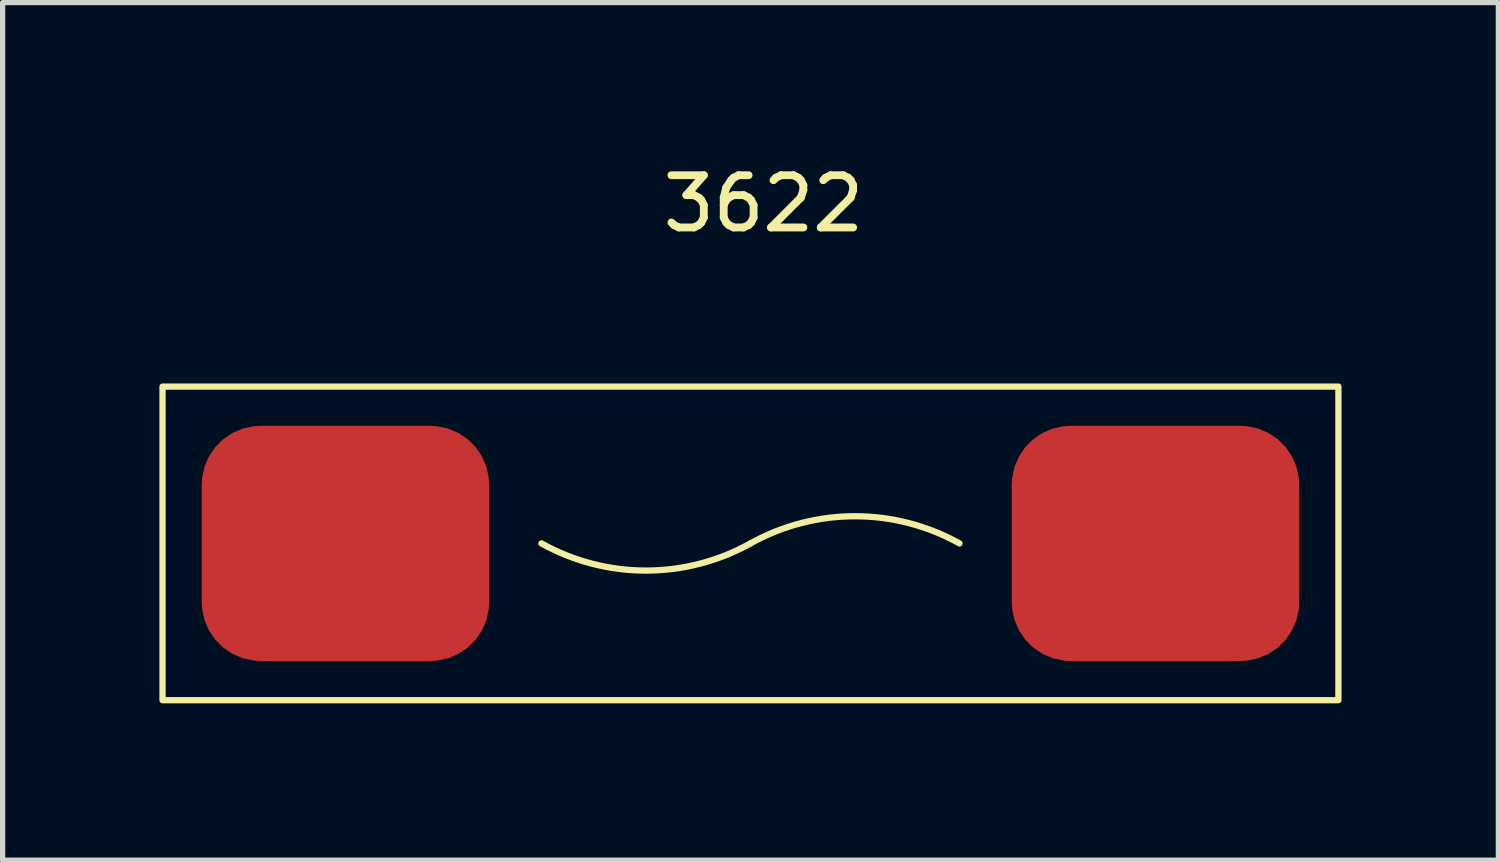
<source format=kicad_pcb>
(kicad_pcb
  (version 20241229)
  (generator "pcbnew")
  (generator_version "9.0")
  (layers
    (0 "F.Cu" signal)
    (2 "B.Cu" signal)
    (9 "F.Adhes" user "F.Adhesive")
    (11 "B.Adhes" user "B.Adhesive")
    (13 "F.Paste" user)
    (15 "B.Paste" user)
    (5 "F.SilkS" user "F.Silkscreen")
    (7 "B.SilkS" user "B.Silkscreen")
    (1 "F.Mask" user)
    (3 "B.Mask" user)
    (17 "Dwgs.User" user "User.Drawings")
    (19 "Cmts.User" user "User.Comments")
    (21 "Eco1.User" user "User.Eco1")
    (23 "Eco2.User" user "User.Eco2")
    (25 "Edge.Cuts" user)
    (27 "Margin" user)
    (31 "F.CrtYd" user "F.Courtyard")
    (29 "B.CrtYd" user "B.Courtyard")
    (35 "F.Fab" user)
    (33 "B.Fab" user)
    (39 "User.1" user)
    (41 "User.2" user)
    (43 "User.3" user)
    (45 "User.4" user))
  (footprint "3622"
    (layer "F.Cu")
    (at 11.31 7.348)
    (property "Reference" "3622" (at 0.25 -6.5 0) (unlocked yes) (layer "F.SilkS") (effects (font (size 1 1) (thickness 0.15))))
    (attr smd)
    (fp_rect (start -11.25 -3) (end 11.25 3) (stroke (width 0.12) (type solid)) (fill no) (layer "F.SilkS"))
    (fp_arc (start 0 0) (mid -2 0.52) (end -4 0) (stroke (width 0.12) (type solid)) (layer "F.SilkS"))
    (fp_arc (start 0 0) (mid 2 -0.52) (end 4 0) (stroke (width 0.12) (type solid)) (layer "F.SilkS"))
    (pad "1" smd roundrect (at -7.75 0) (size 5.5 4.5) (layers "F.Cu" "F.Mask" "F.Paste") (roundrect_rratio 0.25))
    (pad "2" smd roundrect (at 7.75 0) (size 5.5 4.5) (layers "F.Cu" "F.Mask" "F.Paste") (roundrect_rratio 0.25)))
  (gr_rect
    (start -3 -3)
    (end 25.62 13.408)
    (stroke (width 0.1) (type default))
    (fill no)
    (layer "Edge.Cuts")))
</source>
